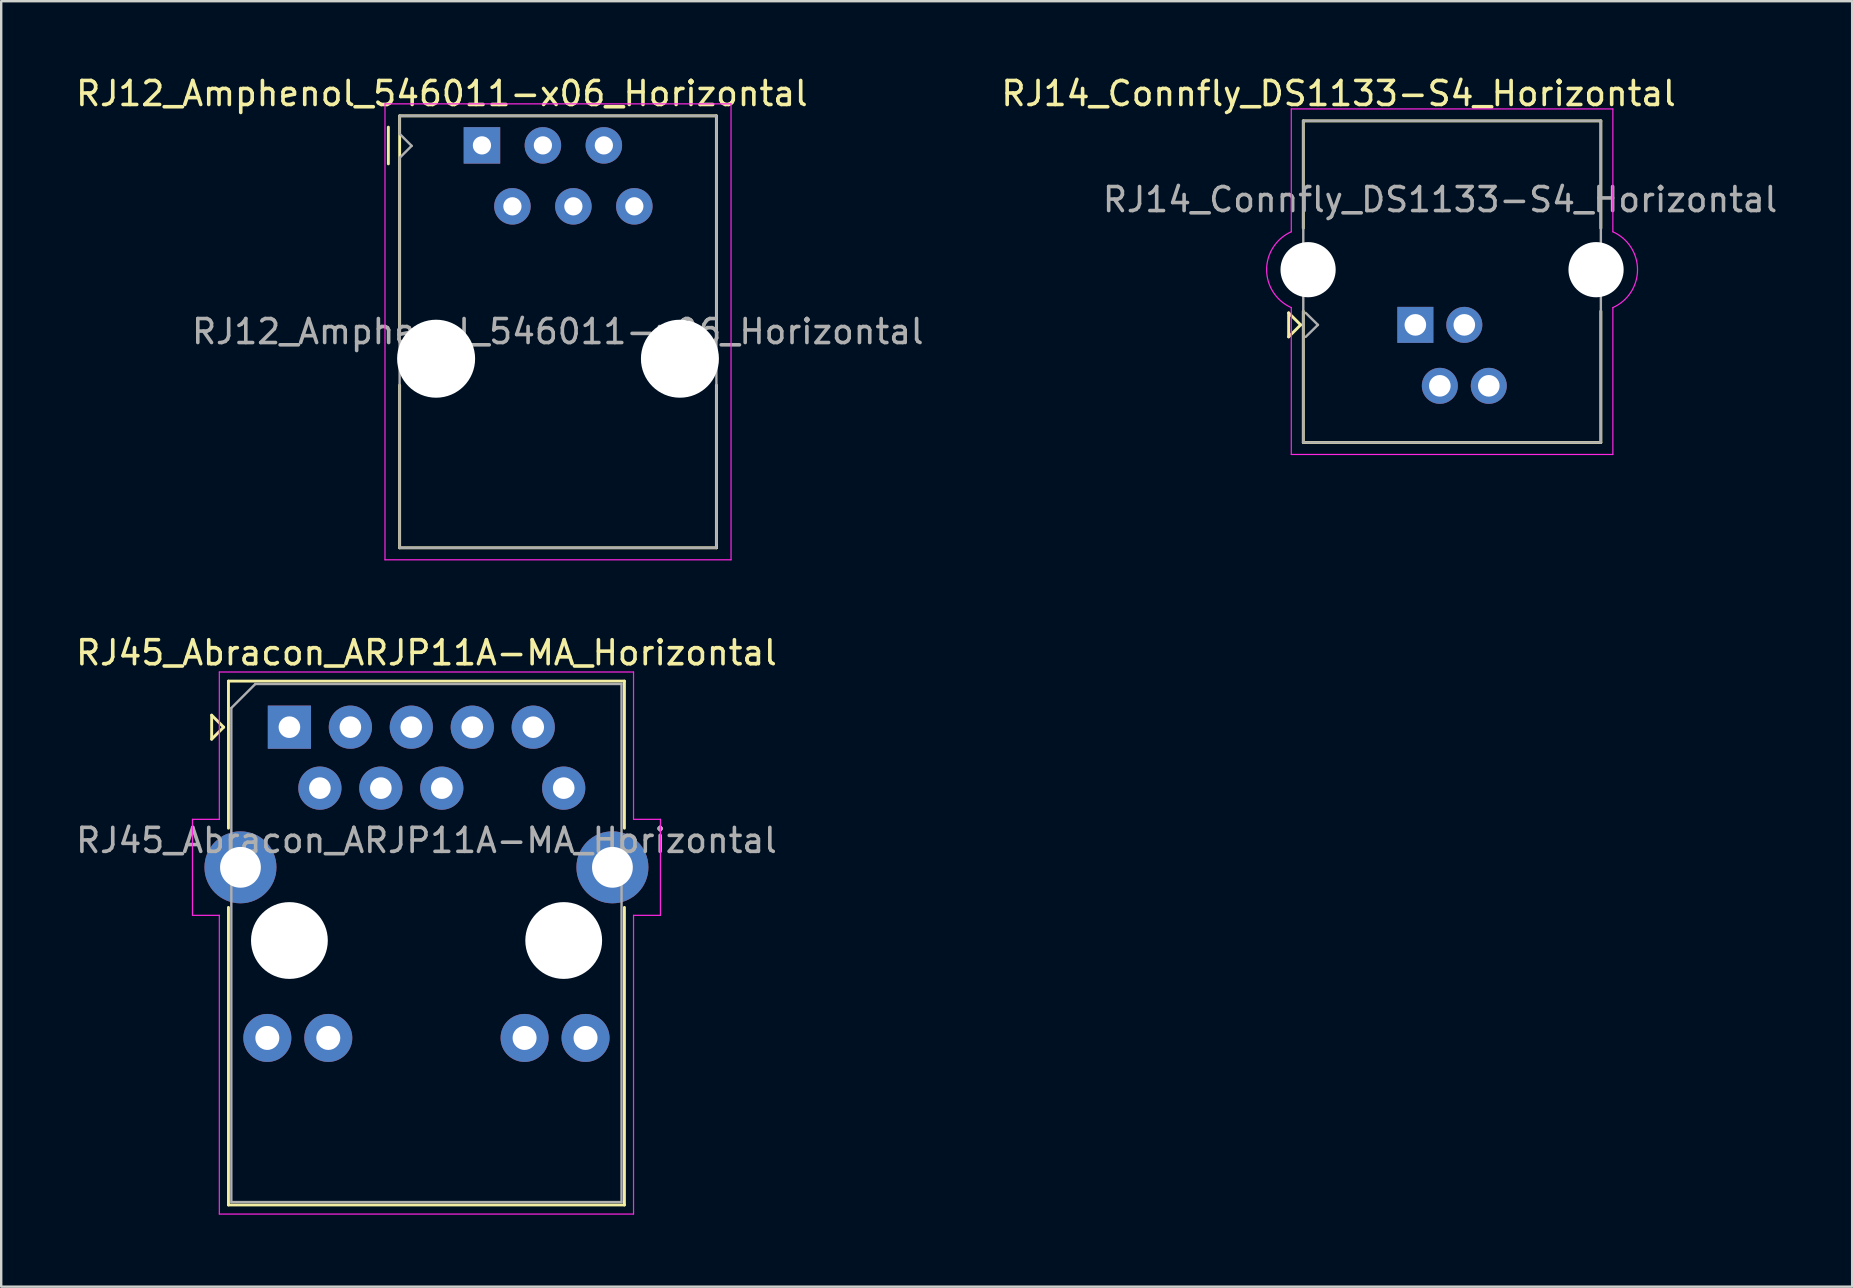
<source format=kicad_pcb>
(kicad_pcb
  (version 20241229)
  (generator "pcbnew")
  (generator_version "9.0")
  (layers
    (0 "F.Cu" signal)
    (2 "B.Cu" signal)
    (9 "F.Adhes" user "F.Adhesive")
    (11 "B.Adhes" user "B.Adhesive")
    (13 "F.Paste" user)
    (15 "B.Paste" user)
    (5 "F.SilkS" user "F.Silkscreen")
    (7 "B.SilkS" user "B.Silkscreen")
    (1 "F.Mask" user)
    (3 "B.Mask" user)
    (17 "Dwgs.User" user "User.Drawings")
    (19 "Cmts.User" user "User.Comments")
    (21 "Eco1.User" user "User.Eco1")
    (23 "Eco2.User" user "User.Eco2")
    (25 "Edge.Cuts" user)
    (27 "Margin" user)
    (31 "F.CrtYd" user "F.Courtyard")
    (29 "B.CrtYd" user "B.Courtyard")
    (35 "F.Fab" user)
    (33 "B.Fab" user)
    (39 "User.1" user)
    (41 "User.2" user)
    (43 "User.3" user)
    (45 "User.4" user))
  (footprint "RJ45_Abracon_ARJP11A-MA_Horizontal"
    (layer "F.Cu")
    (at 9.01 27.252)
    (property "Reference" "RJ45_Abracon_ARJP11A-MA_Horizontal" (at 5.71 -3.1 0) (layer "F.SilkS") (effects (font (size 1 1) (thickness 0.15))))
    (attr through_hole)
    (fp_line (start -3.24 -0.5) (end -3.24 0.5) (stroke (width 0.12) (type solid)) (layer "F.SilkS"))
    (fp_line (start -3.24 0.5) (end -2.74 0) (stroke (width 0.12) (type solid)) (layer "F.SilkS"))
    (fp_line (start -2.74 0) (end -3.24 -0.5) (stroke (width 0.12) (type solid)) (layer "F.SilkS"))
    (fp_line (start -2.54 -1.92) (end -2.54 4.21) (stroke (width 0.12) (type solid)) (layer "F.SilkS"))
    (fp_line (start -2.54 -1.92) (end 13.96 -1.92) (stroke (width 0.12) (type solid)) (layer "F.SilkS"))
    (fp_line (start -2.54 7.51) (end -2.54 19.91) (stroke (width 0.12) (type solid)) (layer "F.SilkS"))
    (fp_line (start -2.54 19.91) (end 13.96 19.91) (stroke (width 0.12) (type solid)) (layer "F.SilkS"))
    (fp_line (start 13.96 -1.92) (end 13.96 4.21) (stroke (width 0.12) (type solid)) (layer "F.SilkS"))
    (fp_line (start 13.96 7.51) (end 13.96 19.91) (stroke (width 0.12) (type solid)) (layer "F.SilkS"))
    (fp_line (start -4.04 3.84) (end -4.04 7.84) (stroke (width 0.05) (type solid)) (layer "F.CrtYd"))
    (fp_line (start -4.04 7.84) (end -2.92 7.84) (stroke (width 0.05) (type solid)) (layer "F.CrtYd"))
    (fp_line (start -2.92 -2.3) (end -2.92 3.84) (stroke (width 0.05) (type solid)) (layer "F.CrtYd"))
    (fp_line (start -2.92 -2.3) (end 14.34 -2.3) (stroke (width 0.05) (type solid)) (layer "F.CrtYd"))
    (fp_line (start -2.92 3.84) (end -4.04 3.84) (stroke (width 0.05) (type solid)) (layer "F.CrtYd"))
    (fp_line (start -2.92 7.84) (end -2.92 20.29) (stroke (width 0.05) (type solid)) (layer "F.CrtYd"))
    (fp_line (start -2.92 20.29) (end 14.34 20.29) (stroke (width 0.05) (type solid)) (layer "F.CrtYd"))
    (fp_line (start 14.34 -2.3) (end 14.34 3.84) (stroke (width 0.05) (type solid)) (layer "F.CrtYd"))
    (fp_line (start 14.34 7.84) (end 14.34 20.29) (stroke (width 0.05) (type solid)) (layer "F.CrtYd"))
    (fp_line (start 14.34 7.84) (end 15.46 7.84) (stroke (width 0.05) (type solid)) (layer "F.CrtYd"))
    (fp_line (start 15.46 3.84) (end 14.34 3.84) (stroke (width 0.05) (type solid)) (layer "F.CrtYd"))
    (fp_line (start 15.46 3.84) (end 15.46 7.84) (stroke (width 0.05) (type solid)) (layer "F.CrtYd"))
    (fp_line (start -2.42 -0.8) (end -1.42 -1.8) (stroke (width 0.1) (type solid)) (layer "F.Fab"))
    (fp_line (start -2.42 19.79) (end -2.42 -0.8) (stroke (width 0.1) (type solid)) (layer "F.Fab"))
    (fp_line (start -1.42 -1.8) (end 13.84 -1.8) (stroke (width 0.1) (type solid)) (layer "F.Fab"))
    (fp_line (start 13.84 -1.8) (end 13.84 19.79) (stroke (width 0.1) (type solid)) (layer "F.Fab"))
    (fp_line (start 13.84 19.79) (end -2.42 19.79) (stroke (width 0.1) (type solid)) (layer "F.Fab"))
    (fp_text user "${REFERENCE}" (at 5.71 4.72 0) (layer "F.Fab") (effects (font (size 1 1) (thickness 0.15))))
    (pad "" np_thru_hole circle (at 0 8.89) (size 3.2 3.2) (drill 3.2) (layers "*.Cu" "*.Mask"))
    (pad "" np_thru_hole circle (at 11.43 8.89) (size 3.2 3.2) (drill 3.2) (layers "*.Cu" "*.Mask"))
    (pad "1" thru_hole rect (at 0 0) (size 1.8 1.8) (drill 0.9) (layers "*.Cu" "*.Mask"))
    (pad "2" thru_hole circle (at 1.27 2.54) (size 1.8 1.8) (drill 0.9) (layers "*.Cu" "*.Mask"))
    (pad "3" thru_hole circle (at 2.54 0) (size 1.8 1.8) (drill 0.9) (layers "*.Cu" "*.Mask"))
    (pad "4" thru_hole circle (at 3.81 2.54) (size 1.8 1.8) (drill 0.9) (layers "*.Cu" "*.Mask"))
    (pad "5" thru_hole circle (at 5.08 0) (size 1.8 1.8) (drill 0.9) (layers "*.Cu" "*.Mask"))
    (pad "6" thru_hole circle (at 6.35 2.54) (size 1.8 1.8) (drill 0.9) (layers "*.Cu" "*.Mask"))
    (pad "7" thru_hole circle (at 7.62 0) (size 1.8 1.8) (drill 0.9) (layers "*.Cu" "*.Mask"))
    (pad "9" thru_hole circle (at 10.16 0) (size 1.8 1.8) (drill 0.9) (layers "*.Cu" "*.Mask"))
    (pad "10" thru_hole circle (at 11.43 2.54) (size 1.8 1.8) (drill 0.9) (layers "*.Cu" "*.Mask"))
    (pad "11" thru_hole circle (at -0.92 12.95) (size 2 2) (drill 1) (layers "*.Cu" "*.Mask"))
    (pad "12" thru_hole circle (at 1.62 12.95) (size 2 2) (drill 1) (layers "*.Cu" "*.Mask"))
    (pad "13" thru_hole circle (at 9.8 12.95) (size 2 2) (drill 1) (layers "*.Cu" "*.Mask"))
    (pad "14" thru_hole circle (at 12.34 12.95) (size 2 2) (drill 1) (layers "*.Cu" "*.Mask"))
    (pad "15" thru_hole circle (at -2.04 5.84) (size 3 3) (drill 1.7) (layers "*.Cu" "*.Mask"))
    (pad "15" thru_hole circle (at 13.46 5.84) (size 3 3) (drill 1.7) (layers "*.Cu" "*.Mask")))
  (footprint "RJ14_Connfly_DS1133-S4_Horizontal"
    (layer "F.Cu")
    (at 55.929 10.488)
    (property "Reference" "RJ14_Connfly_DS1133-S4_Horizontal" (at -3.2 -9.64 180) (layer "F.SilkS") (effects (font (size 1 1) (thickness 0.15))))
    (attr through_hole)
    (fp_line (start -5.28 -0.5) (end -4.78 0) (stroke (width 0.12) (type solid)) (layer "F.SilkS"))
    (fp_line (start -5.28 0.5) (end -5.28 -0.5) (stroke (width 0.12) (type solid)) (layer "F.SilkS"))
    (fp_line (start -4.78 0) (end -5.28 0.5) (stroke (width 0.12) (type solid)) (layer "F.SilkS"))
    (fp_line (start -4.67 -8.5) (end -4.67 -4.03) (stroke (width 0.12) (type solid)) (layer "F.SilkS"))
    (fp_line (start -4.67 -8.5) (end 7.73 -8.5) (stroke (width 0.12) (type solid)) (layer "F.SilkS"))
    (fp_line (start -4.67 4.9) (end -4.67 -0.57) (stroke (width 0.12) (type solid)) (layer "F.SilkS"))
    (fp_line (start 7.73 -8.5) (end 7.73 -4.03) (stroke (width 0.12) (type solid)) (layer "F.SilkS"))
    (fp_line (start 7.73 -0.57) (end 7.73 4.9) (stroke (width 0.12) (type solid)) (layer "F.SilkS"))
    (fp_line (start 7.73 4.9) (end -4.67 4.9) (stroke (width 0.12) (type solid)) (layer "F.SilkS"))
    (fp_line (start -5.17 -9) (end 8.23 -9) (stroke (width 0.05) (type solid)) (layer "F.CrtYd"))
    (fp_line (start -5.17 -3.88) (end -5.17 -9) (stroke (width 0.05) (type solid)) (layer "F.CrtYd"))
    (fp_line (start -5.17 5.4) (end -5.17 -0.72) (stroke (width 0.05) (type solid)) (layer "F.CrtYd"))
    (fp_line (start 8.23 -9) (end 8.23 -3.88) (stroke (width 0.05) (type solid)) (layer "F.CrtYd"))
    (fp_line (start 8.23 5.4) (end -5.17 5.4) (stroke (width 0.05) (type solid)) (layer "F.CrtYd"))
    (fp_line (start 8.23 5.4) (end 8.23 -0.72) (stroke (width 0.05) (type solid)) (layer "F.CrtYd"))
    (fp_arc (start -5.17 -0.72) (mid -6.19812 -2.3) (end -5.17 -3.88) (stroke (width 0.05) (type solid)) (layer "F.CrtYd"))
    (fp_arc (start 8.23 -3.88) (mid 9.25812 -2.3) (end 8.23 -0.72) (stroke (width 0.05) (type solid)) (layer "F.CrtYd"))
    (fp_line (start -4.67 -8.5) (end 7.73 -8.5) (stroke (width 0.1) (type solid)) (layer "F.Fab"))
    (fp_line (start -4.67 4.9) (end -4.67 -8.5) (stroke (width 0.1) (type solid)) (layer "F.Fab"))
    (fp_line (start -4.57 -0.5) (end -4.06 0) (stroke (width 0.1) (type solid)) (layer "F.Fab"))
    (fp_line (start -4.06 0) (end -4.57 0.5) (stroke (width 0.1) (type solid)) (layer "F.Fab"))
    (fp_line (start 7.73 -8.5) (end 7.73 4.9) (stroke (width 0.1) (type solid)) (layer "F.Fab"))
    (fp_line (start 7.73 4.9) (end -4.67 4.9) (stroke (width 0.1) (type solid)) (layer "F.Fab"))
    (fp_text user "${REFERENCE}" (at 1.03 -5.22 180) (layer "F.Fab") (effects (font (size 1 1) (thickness 0.15))))
    (pad "" np_thru_hole circle (at -4.47 -2.3 180) (size 2.3 2.3) (drill 2.3) (layers "*.Cu" "*.Mask"))
    (pad "" np_thru_hole circle (at 7.53 -2.3 180) (size 2.3 2.3) (drill 2.3) (layers "*.Cu" "*.Mask"))
    (pad "1" thru_hole rect (at 0 0 180) (size 1.5 1.5) (drill 0.9) (layers "*.Cu" "*.Mask"))
    (pad "2" thru_hole circle (at 1.02 2.54 180) (size 1.5 1.5) (drill 0.9) (layers "*.Cu" "*.Mask"))
    (pad "3" thru_hole circle (at 2.04 0 180) (size 1.5 1.5) (drill 0.9) (layers "*.Cu" "*.Mask"))
    (pad "4" thru_hole circle (at 3.06 2.54 180) (size 1.5 1.5) (drill 0.9) (layers "*.Cu" "*.Mask")))
  (footprint "RJ12_Amphenol_546011-x06_Horizontal"
    (layer "F.Cu")
    (at 17.033 3.008)
    (property "Reference" "RJ12_Amphenol_546011-x06_Horizontal" (at -1.67 -2.16 0) (layer "F.SilkS") (effects (font (size 1 1) (thickness 0.15))))
    (attr through_hole)
    (fp_line (start -3.9 0.77) (end -3.9 -0.76) (stroke (width 0.12) (type solid)) (layer "F.SilkS"))
    (fp_line (start -3.43 -1.23) (end 9.77 -1.23) (stroke (width 0.12) (type solid)) (layer "F.SilkS"))
    (fp_line (start -3.43 7.72) (end -3.43 7.79) (stroke (width 0.1) (type solid)) (layer "F.SilkS"))
    (fp_line (start -3.43 7.79) (end -3.43 -1.23) (stroke (width 0.12) (type solid)) (layer "F.SilkS"))
    (fp_line (start -3.43 16.77) (end -3.43 9.99) (stroke (width 0.12) (type solid)) (layer "F.SilkS"))
    (fp_line (start 9.77 -1.23) (end 9.77 7.79) (stroke (width 0.12) (type solid)) (layer "F.SilkS"))
    (fp_line (start 9.77 16.65) (end 9.77 16.77) (stroke (width 0.1) (type solid)) (layer "F.SilkS"))
    (fp_line (start 9.77 16.76) (end 9.77 16.77) (stroke (width 0.1) (type solid)) (layer "F.SilkS"))
    (fp_line (start 9.77 16.77) (end -3.43 16.77) (stroke (width 0.12) (type solid)) (layer "F.SilkS"))
    (fp_line (start 9.77 16.77) (end 9.77 9.99) (stroke (width 0.12) (type solid)) (layer "F.SilkS"))
    (fp_line (start -4.04 -1.73) (end 10.38 -1.73) (stroke (width 0.05) (type solid)) (layer "F.CrtYd"))
    (fp_line (start -4.04 17.27) (end -4.04 -1.73) (stroke (width 0.05) (type solid)) (layer "F.CrtYd"))
    (fp_line (start 10.38 -1.73) (end 10.38 17.27) (stroke (width 0.05) (type solid)) (layer "F.CrtYd"))
    (fp_line (start 10.38 17.27) (end -4.04 17.27) (stroke (width 0.05) (type solid)) (layer "F.CrtYd"))
    (fp_line (start -3.43 -1.23) (end 9.77 -1.23) (stroke (width 0.1) (type solid)) (layer "F.Fab"))
    (fp_line (start -3.43 -0.48) (end -3.43 -1.23) (stroke (width 0.1) (type solid)) (layer "F.Fab"))
    (fp_line (start -3.43 0.52) (end -2.93 0.02) (stroke (width 0.1) (type solid)) (layer "F.Fab"))
    (fp_line (start -3.43 16.77) (end -3.43 0.52) (stroke (width 0.1) (type solid)) (layer "F.Fab"))
    (fp_line (start -2.93 0.02) (end -3.43 -0.48) (stroke (width 0.1) (type solid)) (layer "F.Fab"))
    (fp_line (start 9.77 -1.23) (end 9.77 16.77) (stroke (width 0.1) (type solid)) (layer "F.Fab"))
    (fp_line (start 9.77 16.77) (end -3.43 16.77) (stroke (width 0.1) (type solid)) (layer "F.Fab"))
    (fp_text user "${REFERENCE}" (at 3.16 7.76 0) (layer "F.Fab") (effects (font (size 1 1) (thickness 0.15))))
    (pad "" np_thru_hole circle (at -1.91 8.89) (size 3.25 3.25) (drill 3.25) (layers "*.Cu" "*.Mask"))
    (pad "" np_thru_hole circle (at 8.25 8.89) (size 3.25 3.25) (drill 3.25) (layers "*.Cu" "*.Mask"))
    (pad "1" thru_hole rect (at 0 0) (size 1.52 1.52) (drill 0.76) (layers "*.Cu" "*.Mask"))
    (pad "2" thru_hole circle (at 1.27 2.54) (size 1.52 1.52) (drill 0.76) (layers "*.Cu" "*.Mask"))
    (pad "3" thru_hole circle (at 2.54 0) (size 1.52 1.52) (drill 0.76) (layers "*.Cu" "*.Mask"))
    (pad "4" thru_hole circle (at 3.81 2.54) (size 1.52 1.52) (drill 0.76) (layers "*.Cu" "*.Mask"))
    (pad "5" thru_hole circle (at 5.08 0) (size 1.52 1.52) (drill 0.76) (layers "*.Cu" "*.Mask"))
    (pad "6" thru_hole circle (at 6.35 2.54) (size 1.52 1.52) (drill 0.76) (layers "*.Cu" "*.Mask")))
  (gr_rect
    (start -3 -3)
    (end 74.131 50.566)
    (stroke (width 0.1) (type default))
    (fill no)
    (layer "Edge.Cuts")))
</source>
